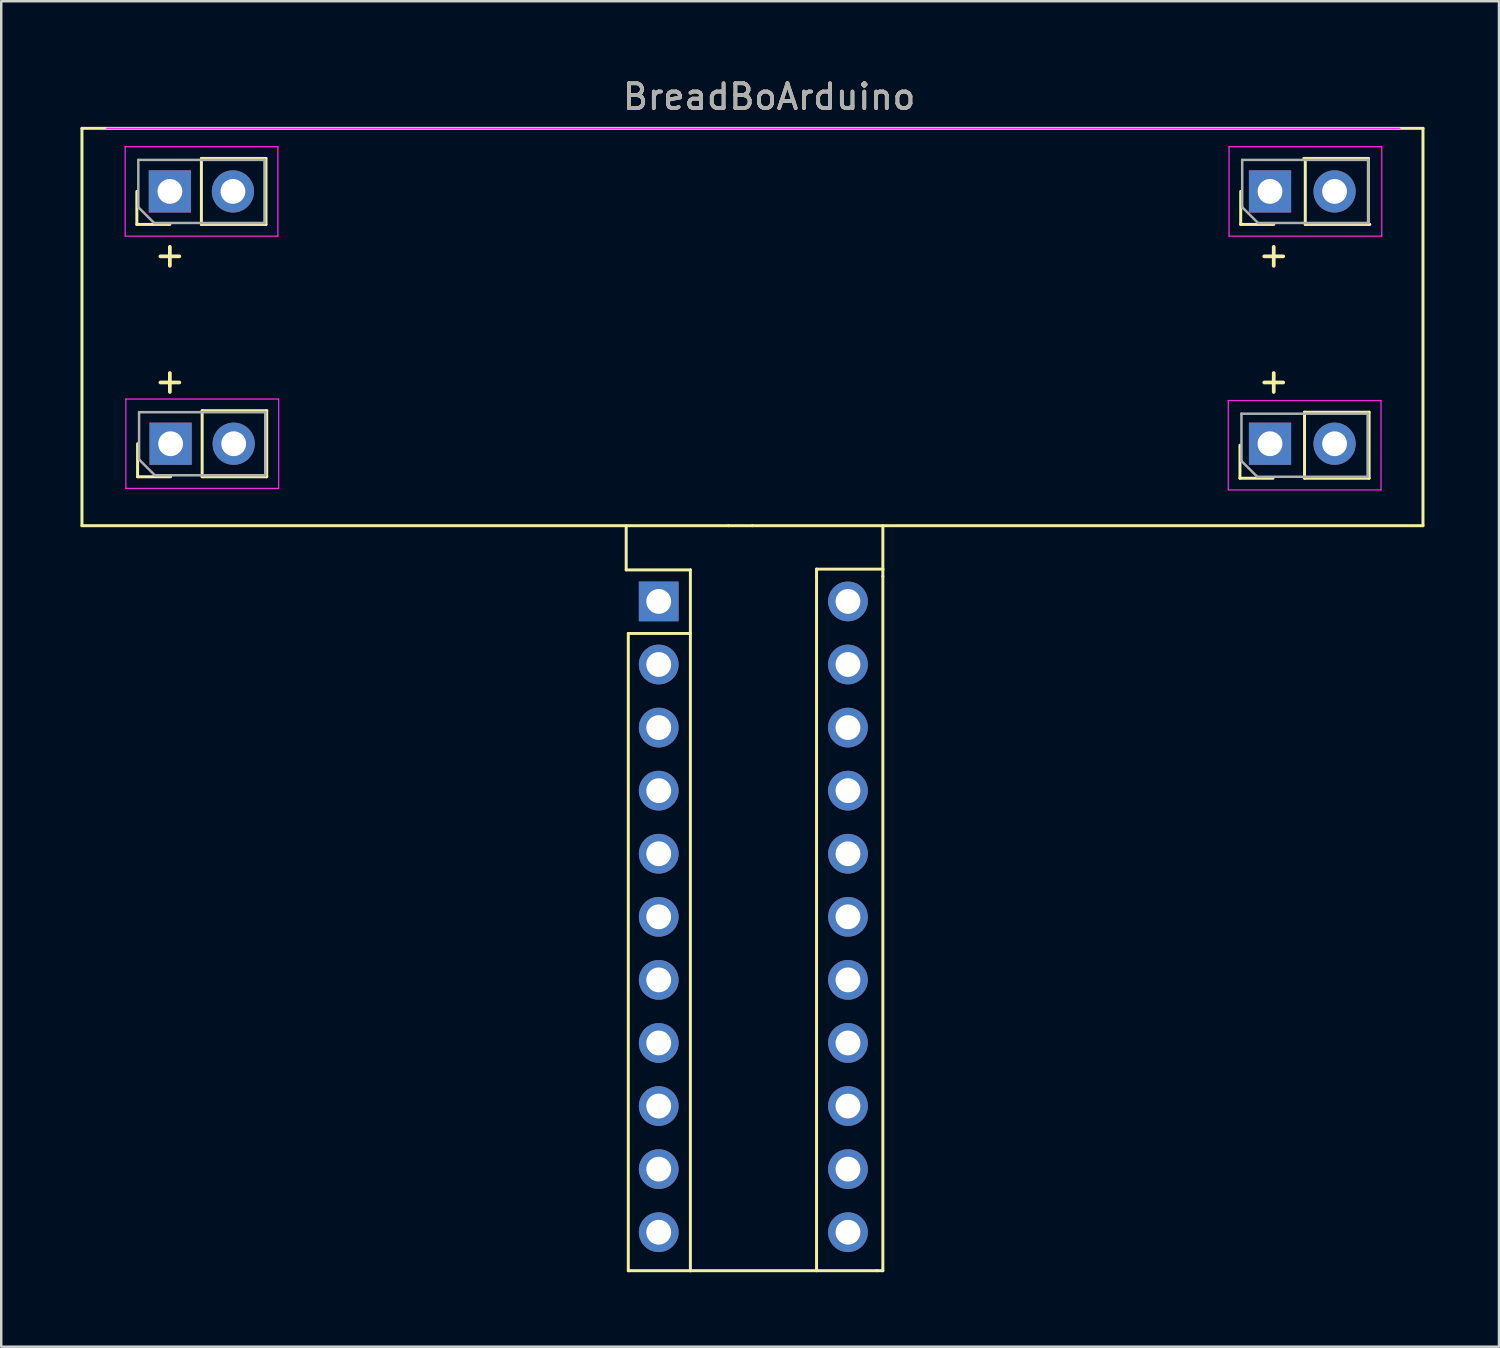
<source format=kicad_pcb>
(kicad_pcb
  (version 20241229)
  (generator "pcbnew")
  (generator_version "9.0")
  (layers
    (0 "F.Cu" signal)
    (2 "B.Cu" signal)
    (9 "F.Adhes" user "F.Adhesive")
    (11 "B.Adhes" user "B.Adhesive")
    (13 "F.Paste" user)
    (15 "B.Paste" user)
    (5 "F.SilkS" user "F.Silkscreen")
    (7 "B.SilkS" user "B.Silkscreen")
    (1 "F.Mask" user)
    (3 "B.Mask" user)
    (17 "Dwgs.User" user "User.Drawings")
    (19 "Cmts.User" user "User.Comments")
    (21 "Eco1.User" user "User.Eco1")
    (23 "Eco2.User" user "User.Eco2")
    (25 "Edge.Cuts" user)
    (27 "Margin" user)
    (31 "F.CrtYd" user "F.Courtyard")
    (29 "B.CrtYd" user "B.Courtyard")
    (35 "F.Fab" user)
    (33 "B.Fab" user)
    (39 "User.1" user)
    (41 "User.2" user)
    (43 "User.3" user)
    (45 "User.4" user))
  (footprint "BreadBoArduino"
    (layer "F.Cu")
    (at 0.25 2.118)
    (property "Reference" "BreadBoArduino" (at 27.67 -1.27 0) (unlocked yes) (layer "F.SilkS") (effects (font (size 1 1) (thickness 0.15))))
    (attr through_hole)
    (fp_line (start 0 0) (end 0 16) (stroke (width 0.12) (type solid)) (layer "F.SilkS"))
    (fp_line (start 0 0) (end 54 0) (stroke (width 0.12) (type solid)) (layer "F.SilkS"))
    (fp_line (start 0 16) (end 26.035 16) (stroke (width 0.12) (type solid)) (layer "F.SilkS"))
    (fp_line (start 2.21 3.87) (end 2.21 2.54) (stroke (width 0.12) (type solid)) (layer "F.SilkS"))
    (fp_line (start 2.24 14.03) (end 2.24 12.7) (stroke (width 0.12) (type solid)) (layer "F.SilkS"))
    (fp_line (start 3.54 3.87) (end 2.21 3.87) (stroke (width 0.12) (type solid)) (layer "F.SilkS"))
    (fp_line (start 3.57 14.03) (end 2.24 14.03) (stroke (width 0.12) (type solid)) (layer "F.SilkS"))
    (fp_line (start 4.81 1.21) (end 7.41 1.21) (stroke (width 0.12) (type solid)) (layer "F.SilkS"))
    (fp_line (start 4.81 3.87) (end 4.81 1.21) (stroke (width 0.12) (type solid)) (layer "F.SilkS"))
    (fp_line (start 4.81 3.87) (end 7.41 3.87) (stroke (width 0.12) (type solid)) (layer "F.SilkS"))
    (fp_line (start 4.84 11.37) (end 7.44 11.37) (stroke (width 0.12) (type solid)) (layer "F.SilkS"))
    (fp_line (start 4.84 14.03) (end 4.84 11.37) (stroke (width 0.12) (type solid)) (layer "F.SilkS"))
    (fp_line (start 4.84 14.03) (end 7.44 14.03) (stroke (width 0.12) (type solid)) (layer "F.SilkS"))
    (fp_line (start 7.41 3.87) (end 7.41 1.21) (stroke (width 0.12) (type solid)) (layer "F.SilkS"))
    (fp_line (start 7.44 14.03) (end 7.44 11.37) (stroke (width 0.12) (type solid)) (layer "F.SilkS"))
    (fp_line (start 21.915 17.78) (end 21.915 16) (stroke (width 0.12) (type solid)) (layer "F.SilkS"))
    (fp_line (start 22 46) (end 22 20.34) (stroke (width 0.12) (type solid)) (layer "F.SilkS"))
    (fp_line (start 24.5 17.78) (end 21.915 17.78) (stroke (width 0.12) (type solid)) (layer "F.SilkS"))
    (fp_line (start 24.5 20.34) (end 22 20.34) (stroke (width 0.12) (type solid)) (layer "F.SilkS"))
    (fp_line (start 24.5 46) (end 22 46) (stroke (width 0.12) (type solid)) (layer "F.SilkS"))
    (fp_line (start 24.5 46) (end 24.5 17.78) (stroke (width 0.12) (type solid)) (layer "F.SilkS"))
    (fp_line (start 24.5 46) (end 32.002 46) (stroke (width 0.12) (type solid)) (layer "F.SilkS"))
    (fp_line (start 26.035 16) (end 27 16) (stroke (width 0.12) (type solid)) (layer "F.SilkS"))
    (fp_line (start 27 16) (end 54 16) (stroke (width 0.12) (type solid)) (layer "F.SilkS"))
    (fp_line (start 29.58 17.75) (end 32.25 17.75) (stroke (width 0.12) (type solid)) (layer "F.SilkS"))
    (fp_line (start 29.58 18.041) (end 29.58 17.75) (stroke (width 0.12) (type solid)) (layer "F.SilkS"))
    (fp_line (start 29.58 46) (end 29.58 18.041) (stroke (width 0.12) (type solid)) (layer "F.SilkS"))
    (fp_line (start 32.25 17.75) (end 32.25 18.041) (stroke (width 0.12) (type solid)) (layer "F.SilkS"))
    (fp_line (start 32.25 17.78) (end 32.25 16) (stroke (width 0.12) (type solid)) (layer "F.SilkS"))
    (fp_line (start 32.25 46) (end 32.002 46) (stroke (width 0.12) (type solid)) (layer "F.SilkS"))
    (fp_line (start 32.25 46) (end 32.25 18.041) (stroke (width 0.12) (type solid)) (layer "F.SilkS"))
    (fp_line (start 46.63 14.09) (end 46.63 12.76) (stroke (width 0.12) (type solid)) (layer "F.SilkS"))
    (fp_line (start 46.66 3.87) (end 46.66 2.54) (stroke (width 0.12) (type solid)) (layer "F.SilkS"))
    (fp_line (start 47.96 14.09) (end 46.63 14.09) (stroke (width 0.12) (type solid)) (layer "F.SilkS"))
    (fp_line (start 47.99 3.87) (end 46.66 3.87) (stroke (width 0.12) (type solid)) (layer "F.SilkS"))
    (fp_line (start 49.2 1.21) (end 51.8 1.21) (stroke (width 0.12) (type solid)) (layer "F.SilkS"))
    (fp_line (start 49.23 11.43) (end 51.83 11.43) (stroke (width 0.12) (type solid)) (layer "F.SilkS"))
    (fp_line (start 49.23 14.09) (end 49.23 11.43) (stroke (width 0.12) (type solid)) (layer "F.SilkS"))
    (fp_line (start 49.23 14.09) (end 51.83 14.09) (stroke (width 0.12) (type solid)) (layer "F.SilkS"))
    (fp_line (start 49.26 3.87) (end 49.26 1.21) (stroke (width 0.12) (type solid)) (layer "F.SilkS"))
    (fp_line (start 49.26 3.87) (end 51.86 3.87) (stroke (width 0.12) (type solid)) (layer "F.SilkS"))
    (fp_line (start 51.8 3.87) (end 51.8 1.21) (stroke (width 0.12) (type solid)) (layer "F.SilkS"))
    (fp_line (start 51.83 14.09) (end 51.83 11.43) (stroke (width 0.12) (type solid)) (layer "F.SilkS"))
    (fp_line (start 54 16) (end 54 0) (stroke (width 0.12) (type solid)) (layer "F.SilkS"))
    (fp_line (start 1.74 0.74) (end 1.74 4.34) (stroke (width 0.05) (type solid)) (layer "F.CrtYd"))
    (fp_line (start 1.74 4.34) (end 7.89 4.34) (stroke (width 0.05) (type solid)) (layer "F.CrtYd"))
    (fp_line (start 1.77 10.9) (end 1.77 14.5) (stroke (width 0.05) (type solid)) (layer "F.CrtYd"))
    (fp_line (start 1.77 14.5) (end 7.92 14.5) (stroke (width 0.05) (type solid)) (layer "F.CrtYd"))
    (fp_line (start 7.89 0.74) (end 1.74 0.74) (stroke (width 0.05) (type solid)) (layer "F.CrtYd"))
    (fp_line (start 7.89 4.34) (end 7.89 0.74) (stroke (width 0.05) (type solid)) (layer "F.CrtYd"))
    (fp_line (start 7.92 10.9) (end 1.77 10.9) (stroke (width 0.05) (type solid)) (layer "F.CrtYd"))
    (fp_line (start 7.92 14.5) (end 7.92 10.9) (stroke (width 0.05) (type solid)) (layer "F.CrtYd"))
    (fp_line (start 46.16 10.96) (end 46.16 14.56) (stroke (width 0.05) (type solid)) (layer "F.CrtYd"))
    (fp_line (start 46.16 14.56) (end 52.31 14.56) (stroke (width 0.05) (type solid)) (layer "F.CrtYd"))
    (fp_line (start 46.19 0.74) (end 46.19 4.34) (stroke (width 0.05) (type solid)) (layer "F.CrtYd"))
    (fp_line (start 46.19 4.34) (end 52.34 4.34) (stroke (width 0.05) (type solid)) (layer "F.CrtYd"))
    (fp_line (start 52.31 10.96) (end 46.16 10.96) (stroke (width 0.05) (type solid)) (layer "F.CrtYd"))
    (fp_line (start 52.31 14.56) (end 52.31 10.96) (stroke (width 0.05) (type solid)) (layer "F.CrtYd"))
    (fp_line (start 52.34 0.74) (end 46.19 0.74) (stroke (width 0.05) (type solid)) (layer "F.CrtYd"))
    (fp_line (start 52.34 4.34) (end 52.34 0.74) (stroke (width 0.05) (type solid)) (layer "F.CrtYd"))
    (fp_line (start 53.07 0) (end 1 0) (stroke (width 0.05) (type solid)) (layer "F.CrtYd"))
    (fp_line (start 2.27 1.27) (end 7.35 1.27) (stroke (width 0.1) (type solid)) (layer "F.Fab"))
    (fp_line (start 2.27 3.175) (end 2.27 1.27) (stroke (width 0.1) (type solid)) (layer "F.Fab"))
    (fp_line (start 2.3 11.43) (end 7.38 11.43) (stroke (width 0.1) (type solid)) (layer "F.Fab"))
    (fp_line (start 2.3 13.335) (end 2.3 11.43) (stroke (width 0.1) (type solid)) (layer "F.Fab"))
    (fp_line (start 2.905 3.81) (end 2.27 3.175) (stroke (width 0.1) (type solid)) (layer "F.Fab"))
    (fp_line (start 2.935 13.97) (end 2.3 13.335) (stroke (width 0.1) (type solid)) (layer "F.Fab"))
    (fp_line (start 7.35 1.27) (end 7.35 3.81) (stroke (width 0.1) (type solid)) (layer "F.Fab"))
    (fp_line (start 7.35 3.81) (end 2.905 3.81) (stroke (width 0.1) (type solid)) (layer "F.Fab"))
    (fp_line (start 7.38 11.43) (end 7.38 13.97) (stroke (width 0.1) (type solid)) (layer "F.Fab"))
    (fp_line (start 7.38 13.97) (end 2.935 13.97) (stroke (width 0.1) (type solid)) (layer "F.Fab"))
    (fp_line (start 46.69 11.49) (end 51.77 11.49) (stroke (width 0.1) (type solid)) (layer "F.Fab"))
    (fp_line (start 46.69 13.395) (end 46.69 11.49) (stroke (width 0.1) (type solid)) (layer "F.Fab"))
    (fp_line (start 46.72 1.27) (end 51.8 1.27) (stroke (width 0.1) (type solid)) (layer "F.Fab"))
    (fp_line (start 46.72 3.175) (end 46.72 1.27) (stroke (width 0.1) (type solid)) (layer "F.Fab"))
    (fp_line (start 47.325 14.03) (end 46.69 13.395) (stroke (width 0.1) (type solid)) (layer "F.Fab"))
    (fp_line (start 47.355 3.81) (end 46.72 3.175) (stroke (width 0.1) (type solid)) (layer "F.Fab"))
    (fp_line (start 51.77 11.49) (end 51.77 14.03) (stroke (width 0.1) (type solid)) (layer "F.Fab"))
    (fp_line (start 51.77 14.03) (end 47.325 14.03) (stroke (width 0.1) (type solid)) (layer "F.Fab"))
    (fp_line (start 51.8 1.27) (end 51.8 3.81) (stroke (width 0.1) (type solid)) (layer "F.Fab"))
    (fp_line (start 51.8 3.81) (end 47.355 3.81) (stroke (width 0.1) (type solid)) (layer "F.Fab"))
    (fp_text user "+" (at 3.54 5.08 0) (unlocked yes) (layer "F.SilkS") (effects (font (size 1 1) (thickness 0.15))))
    (fp_text user "+" (at 47.99 5.08 0) (unlocked yes) (layer "F.SilkS") (effects (font (size 1 1) (thickness 0.15))))
    (fp_text user "+" (at 3.54 10.16 0) (unlocked yes) (layer "F.SilkS") (effects (font (size 1 1) (thickness 0.15))))
    (fp_text user "+" (at 47.99 10.16 0) (unlocked yes) (layer "F.SilkS") (effects (font (size 1 1) (thickness 0.15))))
    (fp_text user "${REFERENCE}" (at 27.67 -1.27 0) (unlocked yes) (layer "F.Fab") (effects (font (size 1 1) (thickness 0.15))))
    (pad "1" thru_hole rect (at 3.54 2.54 90) (size 1.7 1.7) (drill 1) (layers "*.Cu" "*.Mask"))
    (pad "2" thru_hole oval (at 6.08 2.54 90) (size 1.7 1.7) (drill 1) (layers "*.Cu" "*.Mask"))
    (pad "3" thru_hole rect (at 3.57 12.7 90) (size 1.7 1.7) (drill 1) (layers "*.Cu" "*.Mask"))
    (pad "4" thru_hole oval (at 6.11 12.7 90) (size 1.7 1.7) (drill 1) (layers "*.Cu" "*.Mask"))
    (pad "5" thru_hole rect (at 47.84 2.54 90) (size 1.7 1.7) (drill 1) (layers "*.Cu" "*.Mask"))
    (pad "6" thru_hole oval (at 50.44 2.54 90) (size 1.7 1.7) (drill 1) (layers "*.Cu" "*.Mask"))
    (pad "7" thru_hole rect (at 47.84 12.7 90) (size 1.7 1.7) (drill 1) (layers "*.Cu" "*.Mask"))
    (pad "8" thru_hole oval (at 50.44 12.7 90) (size 1.7 1.7) (drill 1) (layers "*.Cu" "*.Mask"))
    (pad "9" thru_hole rect (at 23.225 19.05) (size 1.6 1.6) (drill 1) (layers "*.Cu" "*.Mask"))
    (pad "10" thru_hole oval (at 23.225 21.59) (size 1.6 1.6) (drill 1) (layers "*.Cu" "*.Mask"))
    (pad "11" thru_hole oval (at 23.225 24.13) (size 1.6 1.6) (drill 1) (layers "*.Cu" "*.Mask"))
    (pad "12" thru_hole oval (at 23.225 26.67) (size 1.6 1.6) (drill 1) (layers "*.Cu" "*.Mask"))
    (pad "13" thru_hole oval (at 23.225 29.21) (size 1.6 1.6) (drill 1) (layers "*.Cu" "*.Mask"))
    (pad "14" thru_hole oval (at 23.225 31.75) (size 1.6 1.6) (drill 1) (layers "*.Cu" "*.Mask"))
    (pad "15" thru_hole oval (at 23.225 34.29) (size 1.6 1.6) (drill 1) (layers "*.Cu" "*.Mask"))
    (pad "16" thru_hole oval (at 23.225 36.83) (size 1.6 1.6) (drill 1) (layers "*.Cu" "*.Mask"))
    (pad "17" thru_hole oval (at 23.225 39.37) (size 1.6 1.6) (drill 1) (layers "*.Cu" "*.Mask"))
    (pad "18" thru_hole oval (at 23.225 41.91) (size 1.6 1.6) (drill 1) (layers "*.Cu" "*.Mask"))
    (pad "19" thru_hole oval (at 23.225 44.45) (size 1.6 1.6) (drill 1) (layers "*.Cu" "*.Mask"))
    (pad "20" thru_hole oval (at 30.845 44.45) (size 1.6 1.6) (drill 1) (layers "*.Cu" "*.Mask"))
    (pad "21" thru_hole oval (at 30.845 41.91) (size 1.6 1.6) (drill 1) (layers "*.Cu" "*.Mask"))
    (pad "22" thru_hole oval (at 30.845 39.37) (size 1.6 1.6) (drill 1) (layers "*.Cu" "*.Mask"))
    (pad "23" thru_hole oval (at 30.845 36.83) (size 1.6 1.6) (drill 1) (layers "*.Cu" "*.Mask"))
    (pad "24" thru_hole oval (at 30.845 34.29) (size 1.6 1.6) (drill 1) (layers "*.Cu" "*.Mask"))
    (pad "25" thru_hole oval (at 30.845 31.75) (size 1.6 1.6) (drill 1) (layers "*.Cu" "*.Mask"))
    (pad "26" thru_hole oval (at 30.845 29.21) (size 1.6 1.6) (drill 1) (layers "*.Cu" "*.Mask"))
    (pad "27" thru_hole oval (at 30.845 26.67) (size 1.6 1.6) (drill 1) (layers "*.Cu" "*.Mask"))
    (pad "28" thru_hole oval (at 30.845 24.13) (size 1.6 1.6) (drill 1) (layers "*.Cu" "*.Mask"))
    (pad "29" thru_hole oval (at 30.845 21.59) (size 1.6 1.6) (drill 1) (layers "*.Cu" "*.Mask"))
    (pad "30" thru_hole oval (at 30.845 19.05) (size 1.6 1.6) (drill 1) (layers "*.Cu" "*.Mask")))
  (gr_rect
    (start -3 -3)
    (end 57.31 51.178)
    (stroke (width 0.1) (type default))
    (fill no)
    (layer "Edge.Cuts")))
</source>
